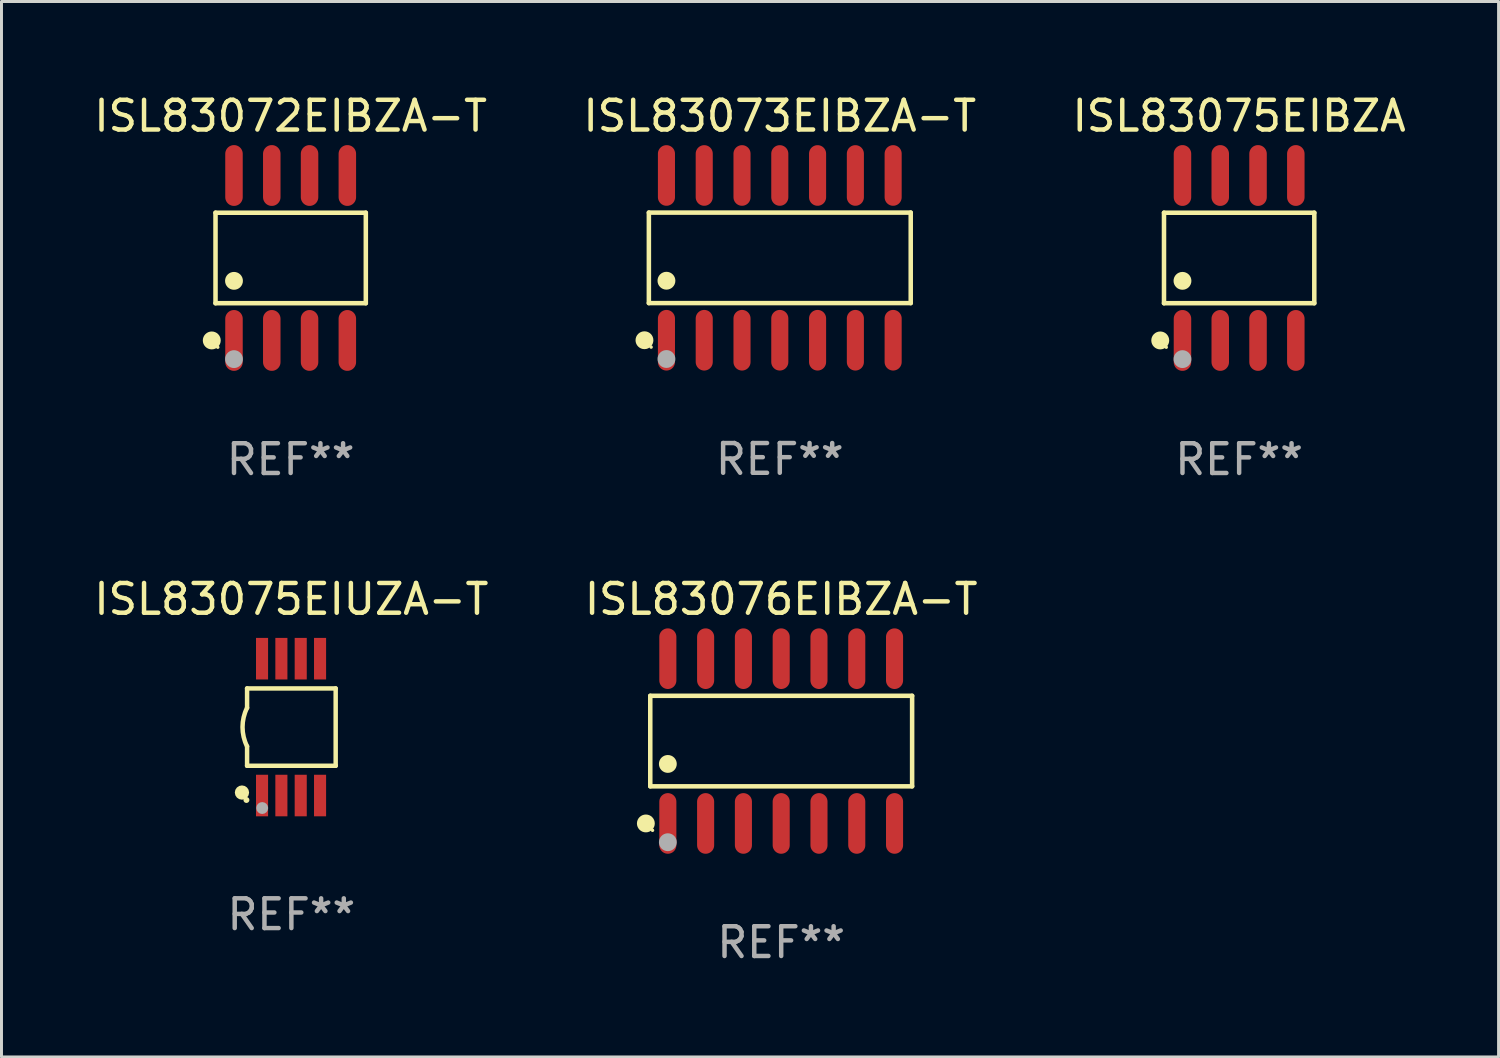
<source format=kicad_pcb>
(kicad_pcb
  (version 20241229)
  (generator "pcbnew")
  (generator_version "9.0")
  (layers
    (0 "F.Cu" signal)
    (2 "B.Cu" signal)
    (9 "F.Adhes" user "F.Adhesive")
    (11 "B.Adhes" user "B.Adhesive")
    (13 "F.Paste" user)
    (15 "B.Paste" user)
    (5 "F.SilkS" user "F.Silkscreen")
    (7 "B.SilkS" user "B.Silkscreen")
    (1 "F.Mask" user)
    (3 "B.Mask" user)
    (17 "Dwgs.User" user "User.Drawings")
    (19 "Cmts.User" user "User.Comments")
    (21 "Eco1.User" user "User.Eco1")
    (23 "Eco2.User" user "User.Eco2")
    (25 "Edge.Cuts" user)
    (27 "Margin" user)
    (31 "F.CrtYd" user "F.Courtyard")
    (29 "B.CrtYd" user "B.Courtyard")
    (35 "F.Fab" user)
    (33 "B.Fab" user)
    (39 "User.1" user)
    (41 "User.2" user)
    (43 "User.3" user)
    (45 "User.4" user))
  (footprint "ISL83072EIBZA-T"
    (layer "F.Cu")
    (at 6.72 5.621)
    (property "Reference" "ISL83072EIBZA-T" (at 0 -4.772 0) (layer "F.SilkS") (effects (font (size 1 1) (thickness 0.15))))
    (attr through_hole)
    (fp_line (start -2.526 -1.521) (end 2.526 -1.521) (stroke (width 0.152) (type solid)) (layer "F.SilkS"))
    (fp_line (start -2.526 1.521) (end -2.526 -1.521) (stroke (width 0.152) (type solid)) (layer "F.SilkS"))
    (fp_line (start 2.526 -1.521) (end 2.526 1.521) (stroke (width 0.152) (type solid)) (layer "F.SilkS"))
    (fp_line (start 2.526 1.521) (end -2.526 1.521) (stroke (width 0.152) (type solid)) (layer "F.SilkS"))
    (fp_circle (center -2.652 2.772) (end -2.501 2.772) (stroke (width 0.3) (type solid)) (fill no) (layer "F.SilkS"))
    (fp_circle (center -2.45 3) (end -2.42 3) (stroke (width 0.06) (type solid)) (fill no) (layer "F.SilkS"))
    (fp_circle (center -1.905 0.769) (end -1.755 0.769) (stroke (width 0.3) (type solid)) (fill no) (layer "F.SilkS"))
    (fp_circle (center -1.905 3.4) (end -1.755 3.4) (stroke (width 0.3) (type solid)) (fill no) (layer "F.Fab"))
    (fp_text user "REF**" (at 0 6.772 0) (layer "F.Fab") (effects (font (size 1 1) (thickness 0.15))))
    (pad "1" smd oval (at -1.905 2.772) (size 0.588 2.045) (layers "F.Cu" "F.Mask" "F.Paste"))
    (pad "2" smd oval (at -0.635 2.772) (size 0.588 2.045) (layers "F.Cu" "F.Mask" "F.Paste"))
    (pad "3" smd oval (at 0.635 2.772) (size 0.588 2.045) (layers "F.Cu" "F.Mask" "F.Paste"))
    (pad "4" smd oval (at 1.905 2.772) (size 0.588 2.045) (layers "F.Cu" "F.Mask" "F.Paste"))
    (pad "5" smd oval (at 1.905 -2.772) (size 0.588 2.045) (layers "F.Cu" "F.Mask" "F.Paste"))
    (pad "6" smd oval (at 0.635 -2.772) (size 0.588 2.045) (layers "F.Cu" "F.Mask" "F.Paste"))
    (pad "7" smd oval (at -0.635 -2.772) (size 0.588 2.045) (layers "F.Cu" "F.Mask" "F.Paste"))
    (pad "8" smd oval (at -1.905 -2.772) (size 0.588 2.045) (layers "F.Cu" "F.Mask" "F.Paste")))
  (footprint "ISL83075EIBZA"
    (layer "F.Cu")
    (at 38.601 5.621)
    (property "Reference" "ISL83075EIBZA" (at 0 -4.772 0) (layer "F.SilkS") (effects (font (size 1 1) (thickness 0.15))))
    (attr through_hole)
    (fp_line (start -2.526 -1.521) (end 2.526 -1.521) (stroke (width 0.152) (type solid)) (layer "F.SilkS"))
    (fp_line (start -2.526 1.521) (end -2.526 -1.521) (stroke (width 0.152) (type solid)) (layer "F.SilkS"))
    (fp_line (start 2.526 -1.521) (end 2.526 1.521) (stroke (width 0.152) (type solid)) (layer "F.SilkS"))
    (fp_line (start 2.526 1.521) (end -2.526 1.521) (stroke (width 0.152) (type solid)) (layer "F.SilkS"))
    (fp_circle (center -2.652 2.772) (end -2.501 2.772) (stroke (width 0.3) (type solid)) (fill no) (layer "F.SilkS"))
    (fp_circle (center -2.45 3) (end -2.42 3) (stroke (width 0.06) (type solid)) (fill no) (layer "F.SilkS"))
    (fp_circle (center -1.905 0.769) (end -1.755 0.769) (stroke (width 0.3) (type solid)) (fill no) (layer "F.SilkS"))
    (fp_circle (center -1.905 3.4) (end -1.755 3.4) (stroke (width 0.3) (type solid)) (fill no) (layer "F.Fab"))
    (fp_text user "REF**" (at 0 6.772 0) (layer "F.Fab") (effects (font (size 1 1) (thickness 0.15))))
    (pad "1" smd oval (at -1.905 2.772) (size 0.588 2.045) (layers "F.Cu" "F.Mask" "F.Paste"))
    (pad "2" smd oval (at -0.635 2.772) (size 0.588 2.045) (layers "F.Cu" "F.Mask" "F.Paste"))
    (pad "3" smd oval (at 0.635 2.772) (size 0.588 2.045) (layers "F.Cu" "F.Mask" "F.Paste"))
    (pad "4" smd oval (at 1.905 2.772) (size 0.588 2.045) (layers "F.Cu" "F.Mask" "F.Paste"))
    (pad "5" smd oval (at 1.905 -2.772) (size 0.588 2.045) (layers "F.Cu" "F.Mask" "F.Paste"))
    (pad "6" smd oval (at 0.635 -2.772) (size 0.588 2.045) (layers "F.Cu" "F.Mask" "F.Paste"))
    (pad "7" smd oval (at -0.635 -2.772) (size 0.588 2.045) (layers "F.Cu" "F.Mask" "F.Paste"))
    (pad "8" smd oval (at -1.905 -2.772) (size 0.588 2.045) (layers "F.Cu" "F.Mask" "F.Paste")))
  (footprint "ISL83075EIUZA-T"
    (layer "F.Cu")
    (at 6.744 21.39)
    (property "Reference" "ISL83075EIUZA-T" (at 0 -4.3 0) (layer "F.SilkS") (effects (font (size 1 1) (thickness 0.15))))
    (attr through_hole)
    (fp_line (start -1.489 -1.3) (end -1.489 -0.648) (stroke (width 0.15) (type solid)) (layer "F.SilkS"))
    (fp_line (start -1.489 0.648) (end -1.489 1.3) (stroke (width 0.15) (type solid)) (layer "F.SilkS"))
    (fp_line (start -1.489 1.3) (end 1.489 1.3) (stroke (width 0.15) (type solid)) (layer "F.SilkS"))
    (fp_line (start 1.489 -1.3) (end -1.489 -1.3) (stroke (width 0.15) (type solid)) (layer "F.SilkS"))
    (fp_line (start 1.489 1.3) (end 1.489 -1.3) (stroke (width 0.15) (type solid)) (layer "F.SilkS"))
    (fp_arc (start -1.489205 0.647702) (mid -1.642107 0) (end -1.489205 -0.647701) (stroke (width 0.150013) (type solid)) (layer "F.SilkS"))
    (fp_circle (center -1.661 2.2) (end -1.541 2.2) (stroke (width 0.24) (type solid)) (fill no) (layer "F.SilkS"))
    (fp_circle (center -1.511 2.45) (end -1.461 2.45) (stroke (width 0.1) (type solid)) (fill no) (layer "F.SilkS"))
    (fp_circle (center -0.981 2.72) (end -0.881 2.72) (stroke (width 0.2) (type solid)) (fill no) (layer "F.Fab"))
    (fp_text user "REF**" (at 0 6.3 0) (layer "F.Fab") (effects (font (size 1 1) (thickness 0.15))))
    (pad "1" smd rect (at -0.986 2.3) (size 0.406 1.397) (layers "F.Cu" "F.Mask" "F.Paste"))
    (pad "2" smd rect (at -0.336 2.3) (size 0.406 1.397) (layers "F.Cu" "F.Mask" "F.Paste"))
    (pad "3" smd rect (at 0.314 2.3) (size 0.406 1.397) (layers "F.Cu" "F.Mask" "F.Paste"))
    (pad "4" smd rect (at 0.964 2.3) (size 0.406 1.397) (layers "F.Cu" "F.Mask" "F.Paste"))
    (pad "5" smd rect (at 0.964 -2.3) (size 0.406 1.397) (layers "F.Cu" "F.Mask" "F.Paste"))
    (pad "6" smd rect (at 0.314 -2.3) (size 0.406 1.397) (layers "F.Cu" "F.Mask" "F.Paste"))
    (pad "7" smd rect (at -0.336 -2.3) (size 0.406 1.397) (layers "F.Cu" "F.Mask" "F.Paste"))
    (pad "8" smd rect (at -0.986 -2.3) (size 0.406 1.397) (layers "F.Cu" "F.Mask" "F.Paste")))
  (footprint "ISL83076EIBZA-T"
    (layer "F.Cu")
    (at 23.208 21.859)
    (property "Reference" "ISL83076EIBZA-T" (at 0 -4.769 0) (layer "F.SilkS") (effects (font (size 1 1) (thickness 0.15))))
    (attr through_hole)
    (fp_line (start -4.401 -1.521) (end 4.401 -1.521) (stroke (width 0.152) (type solid)) (layer "F.SilkS"))
    (fp_line (start -4.401 1.521) (end -4.401 -1.521) (stroke (width 0.152) (type solid)) (layer "F.SilkS"))
    (fp_line (start 4.401 -1.521) (end 4.401 1.521) (stroke (width 0.152) (type solid)) (layer "F.SilkS"))
    (fp_line (start 4.401 1.521) (end -4.401 1.521) (stroke (width 0.152) (type solid)) (layer "F.SilkS"))
    (fp_circle (center -4.549 2.769) (end -4.399 2.769) (stroke (width 0.3) (type solid)) (fill no) (layer "F.SilkS"))
    (fp_circle (center -4.325 3) (end -4.295 3) (stroke (width 0.06) (type solid)) (fill no) (layer "F.SilkS"))
    (fp_circle (center -3.81 0.769) (end -3.66 0.769) (stroke (width 0.3) (type solid)) (fill no) (layer "F.SilkS"))
    (fp_circle (center -3.81 3.4) (end -3.66 3.4) (stroke (width 0.3) (type solid)) (fill no) (layer "F.Fab"))
    (fp_text user "REF**" (at 0 6.769 0) (layer "F.Fab") (effects (font (size 1 1) (thickness 0.15))))
    (pad "1" smd oval (at -3.81 2.769) (size 0.574 2.038) (layers "F.Cu" "F.Mask" "F.Paste"))
    (pad "2" smd oval (at -2.54 2.769) (size 0.574 2.038) (layers "F.Cu" "F.Mask" "F.Paste"))
    (pad "3" smd oval (at -1.27 2.769) (size 0.574 2.038) (layers "F.Cu" "F.Mask" "F.Paste"))
    (pad "4" smd oval (at 0 2.769) (size 0.574 2.038) (layers "F.Cu" "F.Mask" "F.Paste"))
    (pad "5" smd oval (at 1.27 2.769) (size 0.574 2.038) (layers "F.Cu" "F.Mask" "F.Paste"))
    (pad "6" smd oval (at 2.54 2.769) (size 0.574 2.038) (layers "F.Cu" "F.Mask" "F.Paste"))
    (pad "7" smd oval (at 3.81 2.769) (size 0.574 2.038) (layers "F.Cu" "F.Mask" "F.Paste"))
    (pad "8" smd oval (at 3.81 -2.769) (size 0.574 2.038) (layers "F.Cu" "F.Mask" "F.Paste"))
    (pad "9" smd oval (at 2.54 -2.769) (size 0.574 2.038) (layers "F.Cu" "F.Mask" "F.Paste"))
    (pad "10" smd oval (at 1.27 -2.769) (size 0.574 2.038) (layers "F.Cu" "F.Mask" "F.Paste"))
    (pad "11" smd oval (at 0 -2.769) (size 0.574 2.038) (layers "F.Cu" "F.Mask" "F.Paste"))
    (pad "12" smd oval (at -1.27 -2.769) (size 0.574 2.038) (layers "F.Cu" "F.Mask" "F.Paste"))
    (pad "13" smd oval (at -2.54 -2.769) (size 0.574 2.038) (layers "F.Cu" "F.Mask" "F.Paste"))
    (pad "14" smd oval (at -3.81 -2.769) (size 0.574 2.038) (layers "F.Cu" "F.Mask" "F.Paste")))
  (footprint "ISL83073EIBZA-T"
    (layer "F.Cu")
    (at 23.161 5.617)
    (property "Reference" "ISL83073EIBZA-T" (at 0 -4.769 0) (layer "F.SilkS") (effects (font (size 1 1) (thickness 0.15))))
    (attr through_hole)
    (fp_line (start -4.401 -1.521) (end 4.401 -1.521) (stroke (width 0.152) (type solid)) (layer "F.SilkS"))
    (fp_line (start -4.401 1.521) (end -4.401 -1.521) (stroke (width 0.152) (type solid)) (layer "F.SilkS"))
    (fp_line (start 4.401 -1.521) (end 4.401 1.521) (stroke (width 0.152) (type solid)) (layer "F.SilkS"))
    (fp_line (start 4.401 1.521) (end -4.401 1.521) (stroke (width 0.152) (type solid)) (layer "F.SilkS"))
    (fp_circle (center -4.549 2.769) (end -4.399 2.769) (stroke (width 0.3) (type solid)) (fill no) (layer "F.SilkS"))
    (fp_circle (center -4.325 3) (end -4.295 3) (stroke (width 0.06) (type solid)) (fill no) (layer "F.SilkS"))
    (fp_circle (center -3.81 0.769) (end -3.66 0.769) (stroke (width 0.3) (type solid)) (fill no) (layer "F.SilkS"))
    (fp_circle (center -3.81 3.4) (end -3.66 3.4) (stroke (width 0.3) (type solid)) (fill no) (layer "F.Fab"))
    (fp_text user "REF**" (at 0 6.769 0) (layer "F.Fab") (effects (font (size 1 1) (thickness 0.15))))
    (pad "1" smd oval (at -3.81 2.769) (size 0.574 2.038) (layers "F.Cu" "F.Mask" "F.Paste"))
    (pad "2" smd oval (at -2.54 2.769) (size 0.574 2.038) (layers "F.Cu" "F.Mask" "F.Paste"))
    (pad "3" smd oval (at -1.27 2.769) (size 0.574 2.038) (layers "F.Cu" "F.Mask" "F.Paste"))
    (pad "4" smd oval (at 0 2.769) (size 0.574 2.038) (layers "F.Cu" "F.Mask" "F.Paste"))
    (pad "5" smd oval (at 1.27 2.769) (size 0.574 2.038) (layers "F.Cu" "F.Mask" "F.Paste"))
    (pad "6" smd oval (at 2.54 2.769) (size 0.574 2.038) (layers "F.Cu" "F.Mask" "F.Paste"))
    (pad "7" smd oval (at 3.81 2.769) (size 0.574 2.038) (layers "F.Cu" "F.Mask" "F.Paste"))
    (pad "8" smd oval (at 3.81 -2.769) (size 0.574 2.038) (layers "F.Cu" "F.Mask" "F.Paste"))
    (pad "9" smd oval (at 2.54 -2.769) (size 0.574 2.038) (layers "F.Cu" "F.Mask" "F.Paste"))
    (pad "10" smd oval (at 1.27 -2.769) (size 0.574 2.038) (layers "F.Cu" "F.Mask" "F.Paste"))
    (pad "11" smd oval (at 0 -2.769) (size 0.574 2.038) (layers "F.Cu" "F.Mask" "F.Paste"))
    (pad "12" smd oval (at -1.27 -2.769) (size 0.574 2.038) (layers "F.Cu" "F.Mask" "F.Paste"))
    (pad "13" smd oval (at -2.54 -2.769) (size 0.574 2.038) (layers "F.Cu" "F.Mask" "F.Paste"))
    (pad "14" smd oval (at -3.81 -2.769) (size 0.574 2.038) (layers "F.Cu" "F.Mask" "F.Paste")))
  (gr_rect
    (start -3 -3)
    (end 47.321 32.476)
    (stroke (width 0.1) (type default))
    (fill no)
    (layer "Edge.Cuts")))
</source>
